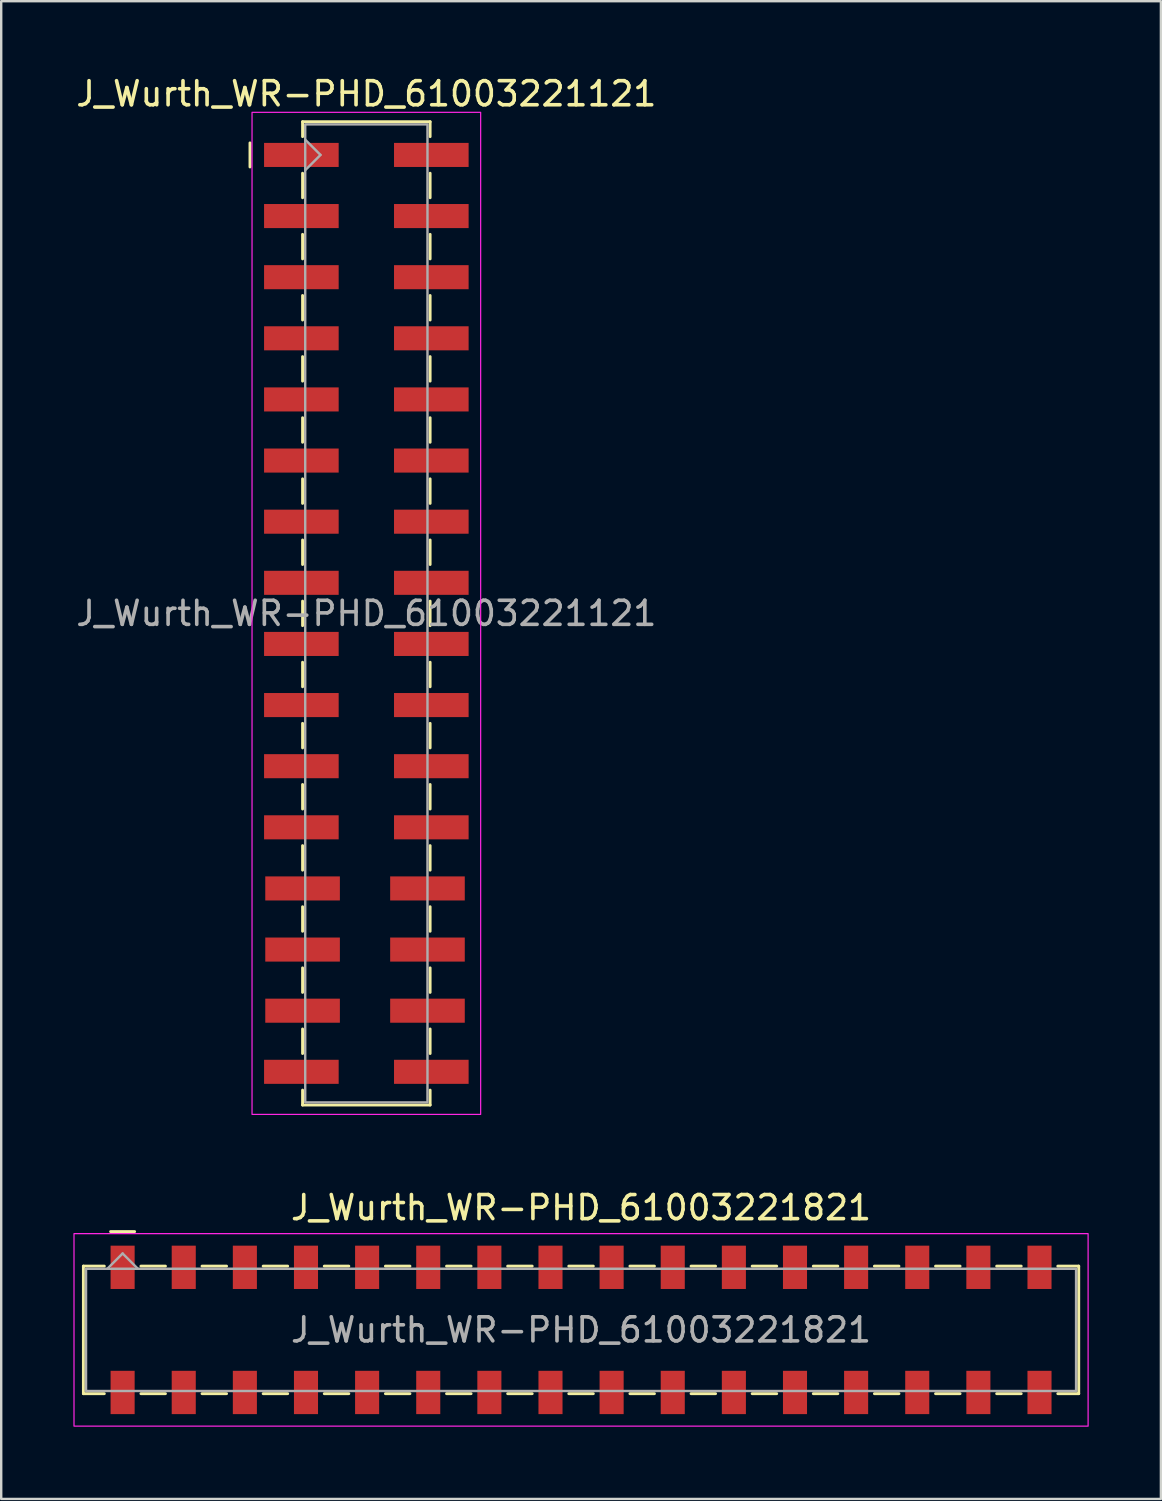
<source format=kicad_pcb>
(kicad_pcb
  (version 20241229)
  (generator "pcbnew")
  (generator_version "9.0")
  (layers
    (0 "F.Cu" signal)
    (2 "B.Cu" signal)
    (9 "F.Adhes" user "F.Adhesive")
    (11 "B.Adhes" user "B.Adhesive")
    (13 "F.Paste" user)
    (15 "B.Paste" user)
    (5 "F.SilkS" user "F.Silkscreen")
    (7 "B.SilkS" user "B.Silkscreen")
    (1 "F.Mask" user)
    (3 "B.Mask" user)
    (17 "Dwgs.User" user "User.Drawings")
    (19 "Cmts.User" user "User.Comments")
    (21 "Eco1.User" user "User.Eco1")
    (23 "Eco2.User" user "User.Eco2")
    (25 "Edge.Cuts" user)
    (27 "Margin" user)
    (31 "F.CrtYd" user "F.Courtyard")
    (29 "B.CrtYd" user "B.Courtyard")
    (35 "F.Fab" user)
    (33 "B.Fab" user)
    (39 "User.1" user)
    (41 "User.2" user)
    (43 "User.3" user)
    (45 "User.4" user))
  (footprint "J_Wurth_WR-PHD_61003221821"
    (layer "F.Cu")
    (at 21.095 52.212)
    (property "Reference" "J_Wurth_WR-PHD_61003221821" (at 0 -5.08 0) (unlocked yes) (layer "F.SilkS") (effects (font (size 1 1) (thickness 0.15))))
    (attr smd)
    (fp_line (start -20.68 -2.65) (end -20.68 2.65) (stroke (width 0.12) (type solid)) (layer "F.SilkS"))
    (fp_line (start -20.68 -2.65) (end -19.81 -2.65) (stroke (width 0.12) (type solid)) (layer "F.SilkS"))
    (fp_line (start -20.68 2.65) (end -19.81 2.65) (stroke (width 0.12) (type solid)) (layer "F.SilkS"))
    (fp_line (start -19.55 -4.085) (end -18.55 -4.085) (stroke (width 0.12) (type solid)) (layer "F.SilkS"))
    (fp_line (start -18.29 -2.65) (end -17.27 -2.65) (stroke (width 0.12) (type solid)) (layer "F.SilkS"))
    (fp_line (start -18.29 2.65) (end -17.27 2.65) (stroke (width 0.12) (type solid)) (layer "F.SilkS"))
    (fp_line (start -15.75 -2.65) (end -14.73 -2.65) (stroke (width 0.12) (type solid)) (layer "F.SilkS"))
    (fp_line (start -15.75 2.65) (end -14.73 2.65) (stroke (width 0.12) (type solid)) (layer "F.SilkS"))
    (fp_line (start -13.21 -2.65) (end -12.19 -2.65) (stroke (width 0.12) (type solid)) (layer "F.SilkS"))
    (fp_line (start -13.21 2.65) (end -12.19 2.65) (stroke (width 0.12) (type solid)) (layer "F.SilkS"))
    (fp_line (start -10.67 -2.65) (end -9.65 -2.65) (stroke (width 0.12) (type solid)) (layer "F.SilkS"))
    (fp_line (start -10.67 2.65) (end -9.65 2.65) (stroke (width 0.12) (type solid)) (layer "F.SilkS"))
    (fp_line (start -8.13 -2.65) (end -7.11 -2.65) (stroke (width 0.12) (type solid)) (layer "F.SilkS"))
    (fp_line (start -8.13 2.65) (end -7.11 2.65) (stroke (width 0.12) (type solid)) (layer "F.SilkS"))
    (fp_line (start -5.59 -2.65) (end -4.57 -2.65) (stroke (width 0.12) (type solid)) (layer "F.SilkS"))
    (fp_line (start -5.59 2.65) (end -4.57 2.65) (stroke (width 0.12) (type solid)) (layer "F.SilkS"))
    (fp_line (start -3.05 -2.65) (end -2.03 -2.65) (stroke (width 0.12) (type solid)) (layer "F.SilkS"))
    (fp_line (start -3.05 2.65) (end -2.03 2.65) (stroke (width 0.12) (type solid)) (layer "F.SilkS"))
    (fp_line (start -0.51 -2.65) (end 0.51 -2.65) (stroke (width 0.12) (type solid)) (layer "F.SilkS"))
    (fp_line (start -0.51 2.65) (end 0.51 2.65) (stroke (width 0.12) (type solid)) (layer "F.SilkS"))
    (fp_line (start 2.03 -2.65) (end 3.05 -2.65) (stroke (width 0.12) (type solid)) (layer "F.SilkS"))
    (fp_line (start 2.03 2.65) (end 3.05 2.65) (stroke (width 0.12) (type solid)) (layer "F.SilkS"))
    (fp_line (start 4.57 -2.65) (end 5.59 -2.65) (stroke (width 0.12) (type solid)) (layer "F.SilkS"))
    (fp_line (start 4.57 2.65) (end 5.59 2.65) (stroke (width 0.12) (type solid)) (layer "F.SilkS"))
    (fp_line (start 7.11 -2.65) (end 8.13 -2.65) (stroke (width 0.12) (type solid)) (layer "F.SilkS"))
    (fp_line (start 7.11 2.65) (end 8.13 2.65) (stroke (width 0.12) (type solid)) (layer "F.SilkS"))
    (fp_line (start 9.65 -2.65) (end 10.67 -2.65) (stroke (width 0.12) (type solid)) (layer "F.SilkS"))
    (fp_line (start 9.65 2.65) (end 10.67 2.65) (stroke (width 0.12) (type solid)) (layer "F.SilkS"))
    (fp_line (start 12.19 -2.65) (end 13.21 -2.65) (stroke (width 0.12) (type solid)) (layer "F.SilkS"))
    (fp_line (start 12.19 2.65) (end 13.21 2.65) (stroke (width 0.12) (type solid)) (layer "F.SilkS"))
    (fp_line (start 14.73 -2.65) (end 15.75 -2.65) (stroke (width 0.12) (type solid)) (layer "F.SilkS"))
    (fp_line (start 14.73 2.65) (end 15.75 2.65) (stroke (width 0.12) (type solid)) (layer "F.SilkS"))
    (fp_line (start 17.27 -2.65) (end 18.29 -2.65) (stroke (width 0.12) (type solid)) (layer "F.SilkS"))
    (fp_line (start 17.27 2.65) (end 18.29 2.65) (stroke (width 0.12) (type solid)) (layer "F.SilkS"))
    (fp_line (start 19.81 -2.65) (end 20.68 -2.65) (stroke (width 0.12) (type solid)) (layer "F.SilkS"))
    (fp_line (start 19.81 2.65) (end 20.68 2.65) (stroke (width 0.12) (type solid)) (layer "F.SilkS"))
    (fp_line (start 20.68 -2.65) (end 20.68 2.65) (stroke (width 0.12) (type solid)) (layer "F.SilkS"))
    (fp_rect (start -21.07 -4) (end 21.07 4) (stroke (width 0.05) (type solid)) (fill no) (layer "F.CrtYd"))
    (fp_line (start -19.685 -2.54) (end -19.05 -3.175) (stroke (width 0.1) (type default)) (layer "F.Fab"))
    (fp_line (start -19.05 -3.175) (end -18.415 -2.54) (stroke (width 0.1) (type default)) (layer "F.Fab"))
    (fp_rect (start -20.57 -2.54) (end 20.57 2.54) (stroke (width 0.1) (type solid)) (fill no) (layer "F.Fab"))
    (fp_text user "${REFERENCE}" (at 0 0 0) (unlocked yes) (layer "F.Fab") (effects (font (size 1 1) (thickness 0.15))))
    (pad "1" smd rect (at -19.05 -2.6) (size 1 1.8) (layers "F.Cu" "F.Mask" "F.Paste"))
    (pad "2" smd rect (at -19.05 2.6) (size 1 1.8) (layers "F.Cu" "F.Mask" "F.Paste"))
    (pad "3" smd rect (at -16.51 -2.6) (size 1 1.8) (layers "F.Cu" "F.Mask" "F.Paste"))
    (pad "4" smd rect (at -16.51 2.6) (size 1 1.8) (layers "F.Cu" "F.Mask" "F.Paste"))
    (pad "5" smd rect (at -13.97 -2.6) (size 1 1.8) (layers "F.Cu" "F.Mask" "F.Paste"))
    (pad "6" smd rect (at -13.97 2.6) (size 1 1.8) (layers "F.Cu" "F.Mask" "F.Paste"))
    (pad "7" smd rect (at -11.43 -2.6) (size 1 1.8) (layers "F.Cu" "F.Mask" "F.Paste"))
    (pad "8" smd rect (at -11.43 2.6) (size 1 1.8) (layers "F.Cu" "F.Mask" "F.Paste"))
    (pad "9" smd rect (at -8.89 -2.6) (size 1 1.8) (layers "F.Cu" "F.Mask" "F.Paste"))
    (pad "10" smd rect (at -8.89 2.6) (size 1 1.8) (layers "F.Cu" "F.Mask" "F.Paste"))
    (pad "11" smd rect (at -6.35 -2.6) (size 1 1.8) (layers "F.Cu" "F.Mask" "F.Paste"))
    (pad "12" smd rect (at -6.35 2.6) (size 1 1.8) (layers "F.Cu" "F.Mask" "F.Paste"))
    (pad "13" smd rect (at -3.81 -2.6) (size 1 1.8) (layers "F.Cu" "F.Mask" "F.Paste"))
    (pad "14" smd rect (at -3.81 2.6) (size 1 1.8) (layers "F.Cu" "F.Mask" "F.Paste"))
    (pad "15" smd rect (at -1.27 -2.6) (size 1 1.8) (layers "F.Cu" "F.Mask" "F.Paste"))
    (pad "16" smd rect (at -1.27 2.6) (size 1 1.8) (layers "F.Cu" "F.Mask" "F.Paste"))
    (pad "17" smd rect (at 1.27 -2.6) (size 1 1.8) (layers "F.Cu" "F.Mask" "F.Paste"))
    (pad "18" smd rect (at 1.27 2.6) (size 1 1.8) (layers "F.Cu" "F.Mask" "F.Paste"))
    (pad "19" smd rect (at 3.81 -2.6) (size 1 1.8) (layers "F.Cu" "F.Mask" "F.Paste"))
    (pad "20" smd rect (at 3.81 2.6) (size 1 1.8) (layers "F.Cu" "F.Mask" "F.Paste"))
    (pad "21" smd rect (at 6.35 -2.6) (size 1 1.8) (layers "F.Cu" "F.Mask" "F.Paste"))
    (pad "22" smd rect (at 6.35 2.6) (size 1 1.8) (layers "F.Cu" "F.Mask" "F.Paste"))
    (pad "23" smd rect (at 8.89 -2.6) (size 1 1.8) (layers "F.Cu" "F.Mask" "F.Paste"))
    (pad "24" smd rect (at 8.89 2.6) (size 1 1.8) (layers "F.Cu" "F.Mask" "F.Paste"))
    (pad "25" smd rect (at 11.43 -2.6) (size 1 1.8) (layers "F.Cu" "F.Mask" "F.Paste"))
    (pad "26" smd rect (at 11.43 2.6) (size 1 1.8) (layers "F.Cu" "F.Mask" "F.Paste"))
    (pad "27" smd rect (at 13.97 -2.6) (size 1 1.8) (layers "F.Cu" "F.Mask" "F.Paste"))
    (pad "28" smd rect (at 13.97 2.6) (size 1 1.8) (layers "F.Cu" "F.Mask" "F.Paste"))
    (pad "29" smd rect (at 16.51 -2.6) (size 1 1.8) (layers "F.Cu" "F.Mask" "F.Paste"))
    (pad "30" smd rect (at 16.51 2.6) (size 1 1.8) (layers "F.Cu" "F.Mask" "F.Paste"))
    (pad "31" smd rect (at 19.05 -2.6) (size 1 1.8) (layers "F.Cu" "F.Mask" "F.Paste"))
    (pad "32" smd rect (at 19.05 2.6) (size 1 1.8) (layers "F.Cu" "F.Mask" "F.Paste")))
  (footprint "J_Wurth_WR-PHD_61003221121"
    (layer "F.Cu")
    (at 12.173 22.438)
    (property "Reference" "J_Wurth_WR-PHD_61003221121" (at 0 -21.59 0) (unlocked yes) (layer "F.SilkS") (effects (font (size 1 1) (thickness 0.15))))
    (attr smd)
    (fp_line (start -4.835 -19.55) (end -4.835 -18.55) (stroke (width 0.12) (type solid)) (layer "F.SilkS"))
    (fp_line (start -2.65 -19.81) (end -2.65 -20.43) (stroke (width 0.12) (type solid)) (layer "F.SilkS"))
    (fp_line (start -2.65 -18.29) (end -2.65 -17.27) (stroke (width 0.12) (type solid)) (layer "F.SilkS"))
    (fp_line (start -2.65 -15.75) (end -2.65 -14.73) (stroke (width 0.12) (type solid)) (layer "F.SilkS"))
    (fp_line (start -2.65 -13.21) (end -2.65 -12.19) (stroke (width 0.12) (type solid)) (layer "F.SilkS"))
    (fp_line (start -2.65 -10.67) (end -2.65 -9.65) (stroke (width 0.12) (type solid)) (layer "F.SilkS"))
    (fp_line (start -2.65 -8.13) (end -2.65 -7.11) (stroke (width 0.12) (type solid)) (layer "F.SilkS"))
    (fp_line (start -2.65 -5.59) (end -2.65 -4.57) (stroke (width 0.12) (type solid)) (layer "F.SilkS"))
    (fp_line (start -2.65 -3.05) (end -2.65 -2.03) (stroke (width 0.12) (type solid)) (layer "F.SilkS"))
    (fp_line (start -2.65 -0.51) (end -2.65 0.51) (stroke (width 0.12) (type solid)) (layer "F.SilkS"))
    (fp_line (start -2.65 2.03) (end -2.65 3.05) (stroke (width 0.12) (type solid)) (layer "F.SilkS"))
    (fp_line (start -2.65 4.57) (end -2.65 5.59) (stroke (width 0.12) (type solid)) (layer "F.SilkS"))
    (fp_line (start -2.65 7.11) (end -2.65 8.13) (stroke (width 0.12) (type solid)) (layer "F.SilkS"))
    (fp_line (start -2.65 9.65) (end -2.65 10.67) (stroke (width 0.12) (type solid)) (layer "F.SilkS"))
    (fp_line (start -2.65 12.19) (end -2.65 13.21) (stroke (width 0.12) (type solid)) (layer "F.SilkS"))
    (fp_line (start -2.65 14.73) (end -2.65 15.75) (stroke (width 0.12) (type solid)) (layer "F.SilkS"))
    (fp_line (start -2.65 17.27) (end -2.65 18.29) (stroke (width 0.12) (type solid)) (layer "F.SilkS"))
    (fp_line (start -2.65 19.81) (end -2.65 20.43) (stroke (width 0.12) (type solid)) (layer "F.SilkS"))
    (fp_line (start 2.65 -20.43) (end -2.65 -20.43) (stroke (width 0.12) (type solid)) (layer "F.SilkS"))
    (fp_line (start 2.65 -20.43) (end 2.65 -19.81) (stroke (width 0.12) (type solid)) (layer "F.SilkS"))
    (fp_line (start 2.65 -18.29) (end 2.65 -17.27) (stroke (width 0.12) (type solid)) (layer "F.SilkS"))
    (fp_line (start 2.65 -15.75) (end 2.65 -14.73) (stroke (width 0.12) (type solid)) (layer "F.SilkS"))
    (fp_line (start 2.65 -13.21) (end 2.65 -12.19) (stroke (width 0.12) (type solid)) (layer "F.SilkS"))
    (fp_line (start 2.65 -10.67) (end 2.65 -9.65) (stroke (width 0.12) (type solid)) (layer "F.SilkS"))
    (fp_line (start 2.65 -8.13) (end 2.65 -7.11) (stroke (width 0.12) (type solid)) (layer "F.SilkS"))
    (fp_line (start 2.65 -5.59) (end 2.65 -4.57) (stroke (width 0.12) (type solid)) (layer "F.SilkS"))
    (fp_line (start 2.65 -3.05) (end 2.65 -2.03) (stroke (width 0.12) (type solid)) (layer "F.SilkS"))
    (fp_line (start 2.65 -0.51) (end 2.65 0.51) (stroke (width 0.12) (type solid)) (layer "F.SilkS"))
    (fp_line (start 2.65 2.03) (end 2.65 3.05) (stroke (width 0.12) (type solid)) (layer "F.SilkS"))
    (fp_line (start 2.65 4.57) (end 2.65 5.59) (stroke (width 0.12) (type solid)) (layer "F.SilkS"))
    (fp_line (start 2.65 7.11) (end 2.65 8.13) (stroke (width 0.12) (type solid)) (layer "F.SilkS"))
    (fp_line (start 2.65 9.65) (end 2.65 10.67) (stroke (width 0.12) (type solid)) (layer "F.SilkS"))
    (fp_line (start 2.65 12.19) (end 2.65 13.21) (stroke (width 0.12) (type solid)) (layer "F.SilkS"))
    (fp_line (start 2.65 14.73) (end 2.65 15.75) (stroke (width 0.12) (type solid)) (layer "F.SilkS"))
    (fp_line (start 2.65 17.27) (end 2.65 18.29) (stroke (width 0.12) (type solid)) (layer "F.SilkS"))
    (fp_line (start 2.65 19.81) (end 2.65 20.43) (stroke (width 0.12) (type solid)) (layer "F.SilkS"))
    (fp_line (start 2.65 20.43) (end -2.65 20.43) (stroke (width 0.12) (type solid)) (layer "F.SilkS"))
    (fp_rect (start -4.75 -20.82) (end 4.75 20.82) (stroke (width 0.05) (type solid)) (fill no) (layer "F.CrtYd"))
    (fp_line (start -2.54 -19.685) (end -1.905 -19.05) (stroke (width 0.1) (type default)) (layer "F.Fab"))
    (fp_line (start -1.905 -19.05) (end -2.54 -18.415) (stroke (width 0.1) (type default)) (layer "F.Fab"))
    (fp_rect (start -2.54 -20.32) (end 2.54 20.32) (stroke (width 0.1) (type solid)) (fill no) (layer "F.Fab"))
    (fp_text user "${REFERENCE}" (at 0 0 0) (unlocked yes) (layer "F.Fab") (effects (font (size 1 1) (thickness 0.15))))
    (pad "1" smd rect (at -2.7 -19.05 270) (size 1 3.1) (layers "F.Cu" "F.Mask" "F.Paste"))
    (pad "2" smd rect (at 2.7 -19.05 270) (size 1 3.1) (layers "F.Cu" "F.Mask" "F.Paste"))
    (pad "3" smd rect (at -2.7 -16.51 270) (size 1 3.1) (layers "F.Cu" "F.Mask" "F.Paste"))
    (pad "4" smd rect (at 2.7 -16.51 270) (size 1 3.1) (layers "F.Cu" "F.Mask" "F.Paste"))
    (pad "5" smd rect (at -2.7 -13.97 270) (size 1 3.1) (layers "F.Cu" "F.Mask" "F.Paste"))
    (pad "6" smd rect (at 2.7 -13.97 270) (size 1 3.1) (layers "F.Cu" "F.Mask" "F.Paste"))
    (pad "7" smd rect (at -2.7 -11.43 270) (size 1 3.1) (layers "F.Cu" "F.Mask" "F.Paste"))
    (pad "8" smd rect (at 2.7 -11.43 270) (size 1 3.1) (layers "F.Cu" "F.Mask" "F.Paste"))
    (pad "9" smd rect (at -2.7 -8.89 270) (size 1 3.1) (layers "F.Cu" "F.Mask" "F.Paste"))
    (pad "10" smd rect (at 2.7 -8.89 270) (size 1 3.1) (layers "F.Cu" "F.Mask" "F.Paste"))
    (pad "11" smd rect (at -2.7 -6.35 270) (size 1 3.1) (layers "F.Cu" "F.Mask" "F.Paste"))
    (pad "12" smd rect (at 2.7 -6.35 270) (size 1 3.1) (layers "F.Cu" "F.Mask" "F.Paste"))
    (pad "13" smd rect (at -2.7 -3.81 270) (size 1 3.1) (layers "F.Cu" "F.Mask" "F.Paste"))
    (pad "14" smd rect (at 2.7 -3.81 270) (size 1 3.1) (layers "F.Cu" "F.Mask" "F.Paste"))
    (pad "15" smd rect (at -2.7 -1.27 270) (size 1 3.1) (layers "F.Cu" "F.Mask" "F.Paste"))
    (pad "16" smd rect (at 2.7 -1.27 270) (size 1 3.1) (layers "F.Cu" "F.Mask" "F.Paste"))
    (pad "17" smd rect (at -2.7 1.27 270) (size 1 3.1) (layers "F.Cu" "F.Mask" "F.Paste"))
    (pad "18" smd rect (at 2.7 1.27 270) (size 1 3.1) (layers "F.Cu" "F.Mask" "F.Paste"))
    (pad "19" smd rect (at -2.7 3.81 270) (size 1 3.1) (layers "F.Cu" "F.Mask" "F.Paste"))
    (pad "20" smd rect (at 2.7 3.81 270) (size 1 3.1) (layers "F.Cu" "F.Mask" "F.Paste"))
    (pad "21" smd rect (at -2.7 6.35 270) (size 1 3.1) (layers "F.Cu" "F.Mask" "F.Paste"))
    (pad "22" smd rect (at 2.7 6.35 270) (size 1 3.1) (layers "F.Cu" "F.Mask" "F.Paste"))
    (pad "23" smd rect (at -2.7 8.89 270) (size 1 3.1) (layers "F.Cu" "F.Mask" "F.Paste"))
    (pad "24" smd rect (at 2.7 8.89 270) (size 1 3.1) (layers "F.Cu" "F.Mask" "F.Paste"))
    (pad "25" smd rect (at -2.65 11.43 270) (size 1 3.1) (layers "F.Cu" "F.Mask" "F.Paste"))
    (pad "26" smd rect (at 2.54 11.43 270) (size 1 3.1) (layers "F.Cu" "F.Mask" "F.Paste"))
    (pad "27" smd rect (at -2.65 13.97 270) (size 1 3.1) (layers "F.Cu" "F.Mask" "F.Paste"))
    (pad "28" smd rect (at 2.54 13.97 270) (size 1 3.1) (layers "F.Cu" "F.Mask" "F.Paste"))
    (pad "29" smd rect (at -2.65 16.51 270) (size 1 3.1) (layers "F.Cu" "F.Mask" "F.Paste"))
    (pad "30" smd rect (at 2.54 16.51 270) (size 1 3.1) (layers "F.Cu" "F.Mask" "F.Paste"))
    (pad "31" smd rect (at -2.7 19.05 270) (size 1 3.1) (layers "F.Cu" "F.Mask" "F.Paste"))
    (pad "32" smd rect (at 2.7 19.05 270) (size 1 3.1) (layers "F.Cu" "F.Mask" "F.Paste")))
  (gr_rect
    (start -3 -3)
    (end 45.19 59.236)
    (stroke (width 0.1) (type default))
    (fill no)
    (layer "Edge.Cuts")))
</source>
